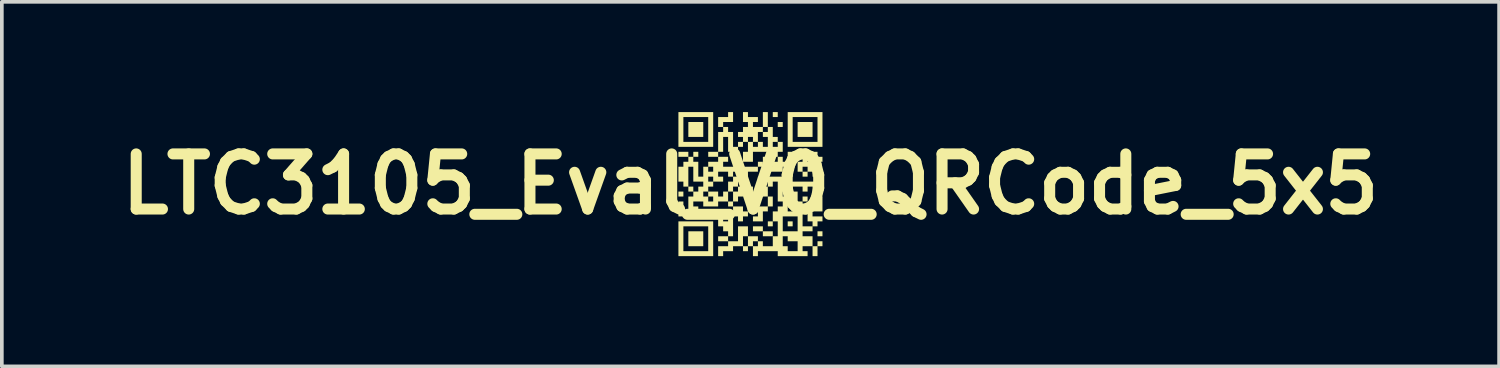
<source format=kicad_pcb>
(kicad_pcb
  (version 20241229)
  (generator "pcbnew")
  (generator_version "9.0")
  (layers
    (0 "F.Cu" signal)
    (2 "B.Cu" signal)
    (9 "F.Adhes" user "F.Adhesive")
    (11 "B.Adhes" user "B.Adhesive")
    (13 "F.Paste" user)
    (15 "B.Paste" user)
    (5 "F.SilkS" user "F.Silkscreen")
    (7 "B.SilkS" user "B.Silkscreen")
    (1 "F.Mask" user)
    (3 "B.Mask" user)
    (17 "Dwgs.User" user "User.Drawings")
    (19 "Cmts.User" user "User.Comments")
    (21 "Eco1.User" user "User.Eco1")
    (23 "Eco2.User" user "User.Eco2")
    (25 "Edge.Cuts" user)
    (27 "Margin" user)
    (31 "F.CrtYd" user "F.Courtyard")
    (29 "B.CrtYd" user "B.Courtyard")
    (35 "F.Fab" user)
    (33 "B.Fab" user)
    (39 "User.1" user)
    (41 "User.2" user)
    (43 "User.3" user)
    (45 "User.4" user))
  (footprint "LTC3105_Eval_V0_QRCode_5x5"
    (layer "F.Cu")
    (at 17.371 1.96)
    (property "Reference" "LTC3105_Eval_V0_QRCode_5x5" (at 0 0 0) (layer "F.SilkS") (effects (font (size 1.5 1.5) (thickness 0.3))))
    (attr board_only exclude_from_pos_files exclude_from_bom)
    (fp_poly (pts (xy -1.825 0.27) (xy -1.825 0.338) (xy -1.892 0.338) (xy -1.96 0.338) (xy -1.96 0.27) (xy -1.96 0.203) (xy -1.892 0.203) (xy -1.825 0.203)) (stroke (width 0) (type solid)) (fill yes) (layer "F.SilkS"))
    (fp_poly (pts (xy -1.825 0.541) (xy -1.825 0.608) (xy -1.892 0.608) (xy -1.96 0.608) (xy -1.96 0.541) (xy -1.96 0.473) (xy -1.892 0.473) (xy -1.825 0.473)) (stroke (width 0) (type solid)) (fill yes) (layer "F.SilkS"))
    (fp_poly (pts (xy -1.825 0.811) (xy -1.825 0.879) (xy -1.892 0.879) (xy -1.96 0.879) (xy -1.96 0.811) (xy -1.96 0.743) (xy -1.892 0.743) (xy -1.825 0.743)) (stroke (width 0) (type solid)) (fill yes) (layer "F.SilkS"))
    (fp_poly (pts (xy -1.284 -1.487) (xy -1.284 -1.284) (xy -1.487 -1.284) (xy -1.69 -1.284) (xy -1.69 -1.487) (xy -1.69 -1.69) (xy -1.487 -1.69) (xy -1.284 -1.69)) (stroke (width 0) (type solid)) (fill yes) (layer "F.SilkS"))
    (fp_poly (pts (xy -1.284 1.487) (xy -1.284 1.69) (xy -1.487 1.69) (xy -1.69 1.69) (xy -1.69 1.487) (xy -1.69 1.284) (xy -1.487 1.284) (xy -1.284 1.284)) (stroke (width 0) (type solid)) (fill yes) (layer "F.SilkS"))
    (fp_poly (pts (xy -1.014 0.811) (xy -1.014 0.879) (xy -1.081 0.879) (xy -1.149 0.879) (xy -1.149 0.811) (xy -1.149 0.743) (xy -1.081 0.743) (xy -1.014 0.743)) (stroke (width 0) (type solid)) (fill yes) (layer "F.SilkS"))
    (fp_poly (pts (xy -0.473 0.541) (xy -0.473 0.608) (xy -0.541 0.608) (xy -0.608 0.608) (xy -0.608 0.541) (xy -0.608 0.473) (xy -0.541 0.473) (xy -0.473 0.473)) (stroke (width 0) (type solid)) (fill yes) (layer "F.SilkS"))
    (fp_poly (pts (xy 0.068 0.406) (xy 0.068 0.473) (xy 0 0.473) (xy -0.068 0.473) (xy -0.068 0.406) (xy -0.068 0.338) (xy 0 0.338) (xy 0.068 0.338)) (stroke (width 0) (type solid)) (fill yes) (layer "F.SilkS"))
    (fp_poly (pts (xy 0.338 1.217) (xy 0.338 1.284) (xy 0.203 1.284) (xy 0.068 1.284) (xy 0.068 1.217) (xy 0.068 1.149) (xy 0.203 1.149) (xy 0.338 1.149)) (stroke (width 0) (type solid)) (fill yes) (layer "F.SilkS"))
    (fp_poly (pts (xy 0.608 1.081) (xy 0.608 1.149) (xy 0.541 1.149) (xy 0.473 1.149) (xy 0.473 1.081) (xy 0.473 1.014) (xy 0.541 1.014) (xy 0.608 1.014)) (stroke (width 0) (type solid)) (fill yes) (layer "F.SilkS"))
    (fp_poly (pts (xy 0.608 1.352) (xy 0.608 1.419) (xy 0.473 1.419) (xy 0.338 1.419) (xy 0.338 1.352) (xy 0.338 1.284) (xy 0.473 1.284) (xy 0.608 1.284)) (stroke (width 0) (type solid)) (fill yes) (layer "F.SilkS"))
    (fp_poly (pts (xy 0.743 -1.892) (xy 0.743 -1.825) (xy 0.676 -1.825) (xy 0.608 -1.825) (xy 0.608 -1.892) (xy 0.608 -1.96) (xy 0.676 -1.96) (xy 0.743 -1.96)) (stroke (width 0) (type solid)) (fill yes) (layer "F.SilkS"))
    (fp_poly (pts (xy 0.879 -1.622) (xy 0.879 -1.555) (xy 0.811 -1.555) (xy 0.743 -1.555) (xy 0.743 -1.622) (xy 0.743 -1.69) (xy 0.811 -1.69) (xy 0.879 -1.69)) (stroke (width 0) (type solid)) (fill yes) (layer "F.SilkS"))
    (fp_poly (pts (xy 1.149 1.081) (xy 1.149 1.149) (xy 1.081 1.149) (xy 1.014 1.149) (xy 1.014 1.081) (xy 1.014 1.014) (xy 1.081 1.014) (xy 1.149 1.014)) (stroke (width 0) (type solid)) (fill yes) (layer "F.SilkS"))
    (fp_poly (pts (xy 1.555 0.406) (xy 1.555 0.473) (xy 1.487 0.473) (xy 1.419 0.473) (xy 1.419 0.406) (xy 1.419 0.338) (xy 1.487 0.338) (xy 1.555 0.338)) (stroke (width 0) (type solid)) (fill yes) (layer "F.SilkS"))
    (fp_poly (pts (xy 1.69 -1.487) (xy 1.69 -1.284) (xy 1.487 -1.284) (xy 1.284 -1.284) (xy 1.284 -1.487) (xy 1.284 -1.69) (xy 1.487 -1.69) (xy 1.69 -1.69)) (stroke (width 0) (type solid)) (fill yes) (layer "F.SilkS"))
    (fp_poly (pts (xy 1.96 1.352) (xy 1.96 1.419) (xy 1.892 1.419) (xy 1.825 1.419) (xy 1.825 1.352) (xy 1.825 1.284) (xy 1.892 1.284) (xy 1.96 1.284)) (stroke (width 0) (type solid)) (fill yes) (layer "F.SilkS"))
    (fp_poly (pts (xy 0.473 0.203) (xy 0.473 0.338) (xy 0.338 0.338) (xy 0.203 0.338) (xy 0.203 0.27) (xy 0.203 0.203) (xy 0.27 0.203) (xy 0.338 0.203) (xy 0.338 0.135) (xy 0.338 0.068) (xy 0.406 0.068) (xy 0.473 0.068)) (stroke (width 0) (type solid)) (fill yes) (layer "F.SilkS"))
    (fp_poly (pts (xy -0.473 -1.825) (xy -0.473 -1.69) (xy -0.608 -1.69) (xy -0.743 -1.69) (xy -0.743 -1.622) (xy -0.743 -1.555) (xy -0.811 -1.555) (xy -0.879 -1.555) (xy -0.879 -1.69) (xy -0.879 -1.825) (xy -0.743 -1.825) (xy -0.608 -1.825) (xy -0.608 -1.892) (xy -0.608 -1.96) (xy -0.541 -1.96) (xy -0.473 -1.96)) (stroke (width 0) (type solid)) (fill yes) (layer "F.SilkS"))
    (fp_poly (pts (xy 0.608 -0.676) (xy 0.608 -0.608) (xy 0.473 -0.608) (xy 0.338 -0.608) (xy 0.338 -0.541) (xy 0.338 -0.473) (xy 0.27 -0.473) (xy 0.203 -0.473) (xy 0.203 -0.541) (xy 0.203 -0.608) (xy 0.27 -0.608) (xy 0.338 -0.608) (xy 0.338 -0.676) (xy 0.338 -0.743) (xy 0.473 -0.743) (xy 0.608 -0.743)) (stroke (width 0) (type solid)) (fill yes) (layer "F.SilkS"))
    (fp_poly (pts (xy -1.014 -1.487) (xy -1.014 -1.014) (xy -1.487 -1.014) (xy -1.96 -1.014) (xy -1.96 -1.487) (xy -1.96 -1.825) (xy -1.825 -1.825) (xy -1.825 -1.487) (xy -1.825 -1.149) (xy -1.487 -1.149) (xy -1.149 -1.149) (xy -1.149 -1.487) (xy -1.149 -1.825) (xy -1.487 -1.825) (xy -1.825 -1.825) (xy -1.96 -1.825) (xy -1.96 -1.96) (xy -1.487 -1.96) (xy -1.014 -1.96)) (stroke (width 0) (type solid)) (fill yes) (layer "F.SilkS"))
    (fp_poly (pts (xy -1.014 1.487) (xy -1.014 1.96) (xy -1.487 1.96) (xy -1.96 1.96) (xy -1.96 1.487) (xy -1.96 1.149) (xy -1.825 1.149) (xy -1.825 1.487) (xy -1.825 1.825) (xy -1.487 1.825) (xy -1.149 1.825) (xy -1.149 1.487) (xy -1.149 1.149) (xy -1.487 1.149) (xy -1.825 1.149) (xy -1.96 1.149) (xy -1.96 1.014) (xy -1.487 1.014) (xy -1.014 1.014)) (stroke (width 0) (type solid)) (fill yes) (layer "F.SilkS"))
    (fp_poly (pts (xy 1.96 -1.487) (xy 1.96 -1.014) (xy 1.487 -1.014) (xy 1.014 -1.014) (xy 1.014 -1.487) (xy 1.014 -1.825) (xy 1.149 -1.825) (xy 1.149 -1.487) (xy 1.149 -1.149) (xy 1.487 -1.149) (xy 1.825 -1.149) (xy 1.825 -1.487) (xy 1.825 -1.825) (xy 1.487 -1.825) (xy 1.149 -1.825) (xy 1.014 -1.825) (xy 1.014 -1.96) (xy 1.487 -1.96) (xy 1.96 -1.96)) (stroke (width 0) (type solid)) (fill yes) (layer "F.SilkS"))
    (fp_poly (pts (xy 0.608 0.473) (xy 0.608 0.608) (xy 0.541 0.608) (xy 0.473 0.608) (xy 0.473 0.676) (xy 0.473 0.743) (xy 0.406 0.743) (xy 0.338 0.743) (xy 0.338 0.879) (xy 0.338 1.014) (xy 0.203 1.014) (xy 0.068 1.014) (xy 0.068 0.946) (xy 0.068 0.879) (xy 0.135 0.879) (xy 0.203 0.879) (xy 0.203 0.743) (xy 0.203 0.608) (xy 0.338 0.608) (xy 0.473 0.608) (xy 0.473 0.473) (xy 0.473 0.338) (xy 0.541 0.338) (xy 0.608 0.338)) (stroke (width 0) (type solid)) (fill yes) (layer "F.SilkS"))
    (fp_poly (pts (xy -0.203 -0.135) (xy -0.203 -0.068) (xy -0.27 -0.068) (xy -0.338 -0.068) (xy -0.338 0) (xy -0.338 0.068) (xy -0.406 0.068) (xy -0.473 0.068) (xy -0.473 0.135) (xy -0.473 0.203) (xy -0.406 0.203) (xy -0.338 0.203) (xy -0.338 0.135) (xy -0.338 0.068) (xy -0.135 0.068) (xy 0.068 0.068) (xy 0.068 0.135) (xy 0.068 0.203) (xy -0.068 0.203) (xy -0.203 0.203) (xy -0.203 0.27) (xy -0.203 0.338) (xy -0.27 0.338) (xy -0.338 0.338) (xy -0.338 0.406) (xy -0.338 0.473) (xy -0.406 0.473) (xy -0.473 0.473) (xy -0.473 0.338) (xy -0.473 0.203) (xy -0.541 0.203) (xy -0.608 0.203) (xy -0.608 0.068) (xy -0.608 -0.068) (xy -0.541 -0.068) (xy -0.473 -0.068) (xy -0.473 -0.135) (xy -0.473 -0.203) (xy -0.338 -0.203) (xy -0.203 -0.203)) (stroke (width 0) (type solid)) (fill yes) (layer "F.SilkS"))
    (fp_poly (pts (xy 0.608 -1.419) (xy 0.608 -1.284) (xy 0.676 -1.284) (xy 0.743 -1.284) (xy 0.743 -1.217) (xy 0.743 -1.149) (xy 0.676 -1.149) (xy 0.608 -1.149) (xy 0.608 -1.081) (xy 0.608 -1.014) (xy 0.676 -1.014) (xy 0.743 -1.014) (xy 0.743 -1.081) (xy 0.743 -1.149) (xy 0.811 -1.149) (xy 0.879 -1.149) (xy 0.879 -1.014) (xy 0.879 -0.879) (xy 0.811 -0.879) (xy 0.743 -0.879) (xy 0.743 -0.811) (xy 0.743 -0.743) (xy 0.676 -0.743) (xy 0.608 -0.743) (xy 0.608 -0.811) (xy 0.608 -0.879) (xy 0.338 -0.879) (xy 0.068 -0.879) (xy 0.068 -0.743) (xy 0.068 -0.608) (xy -0.068 -0.608) (xy -0.203 -0.608) (xy -0.203 -0.743) (xy -0.203 -0.879) (xy -0.135 -0.879) (xy -0.068 -0.879) (xy -0.068 -1.014) (xy -0.068 -1.149) (xy 0 -1.149) (xy 0.068 -1.149) (xy 0.068 -1.081) (xy 0.068 -1.014) (xy 0.135 -1.014) (xy 0.203 -1.014) (xy 0.203 -1.081) (xy 0.203 -1.149) (xy 0.27 -1.149) (xy 0.338 -1.149) (xy 0.338 -1.081) (xy 0.338 -1.014) (xy 0.406 -1.014) (xy 0.473 -1.014) (xy 0.473 -1.149) (xy 0.473 -1.284) (xy 0.406 -1.284) (xy 0.338 -1.284) (xy 0.338 -1.352) (xy 0.338 -1.419) (xy 0.406 -1.419) (xy 0.473 -1.419) (xy 0.473 -1.487) (xy 0.473 -1.555) (xy 0.541 -1.555) (xy 0.608 -1.555)) (stroke (width 0) (type solid)) (fill yes) (layer "F.SilkS"))
    (fp_poly (pts (xy -0.068 -1.892) (xy -0.068 -1.825) (xy 0.068 -1.825) (xy 0.203 -1.825) (xy 0.203 -1.757) (xy 0.203 -1.69) (xy 0.135 -1.69) (xy 0.068 -1.69) (xy 0.068 -1.622) (xy 0.068 -1.555) (xy 0.203 -1.555) (xy 0.338 -1.555) (xy 0.338 -1.757) (xy 0.338 -1.96) (xy 0.406 -1.96) (xy 0.473 -1.96) (xy 0.473 -1.757) (xy 0.473 -1.555) (xy 0.406 -1.555) (xy 0.338 -1.555) (xy 0.338 -1.487) (xy 0.338 -1.419) (xy 0.27 -1.419) (xy 0.203 -1.419) (xy 0.203 -1.284) (xy 0.203 -1.149) (xy 0.135 -1.149) (xy 0.068 -1.149) (xy 0.068 -1.217) (xy 0.068 -1.284) (xy 0 -1.284) (xy -0.068 -1.284) (xy -0.068 -1.217) (xy -0.068 -1.149) (xy -0.135 -1.149) (xy -0.203 -1.149) (xy -0.203 -1.081) (xy -0.203 -1.014) (xy -0.27 -1.014) (xy -0.338 -1.014) (xy -0.338 -0.879) (xy -0.338 -0.743) (xy -0.406 -0.743) (xy -0.473 -0.743) (xy -0.473 -0.811) (xy -0.473 -0.879) (xy -0.541 -0.879) (xy -0.608 -0.879) (xy -0.608 -1.081) (xy -0.608 -1.284) (xy -0.676 -1.284) (xy -0.743 -1.284) (xy -0.743 -1.081) (xy -0.743 -0.879) (xy -0.811 -0.879) (xy -0.879 -0.879) (xy -0.879 -0.811) (xy -0.879 -0.743) (xy -1.014 -0.743) (xy -1.149 -0.743) (xy -1.149 -0.811) (xy -1.149 -0.879) (xy -1.014 -0.879) (xy -0.879 -0.879) (xy -0.879 -1.149) (xy -0.879 -1.419) (xy -0.811 -1.419) (xy -0.743 -1.419) (xy -0.743 -1.487) (xy -0.743 -1.555) (xy -0.676 -1.555) (xy -0.608 -1.555) (xy -0.608 -1.487) (xy -0.608 -1.419) (xy -0.541 -1.419) (xy -0.473 -1.419) (xy -0.473 -1.217) (xy -0.473 -1.014) (xy -0.406 -1.014) (xy -0.338 -1.014) (xy -0.338 -1.081) (xy -0.338 -1.149) (xy -0.27 -1.149) (xy -0.203 -1.149) (xy -0.203 -1.217) (xy -0.203 -1.284) (xy -0.27 -1.284) (xy -0.338 -1.284) (xy -0.338 -1.352) (xy -0.338 -1.419) (xy -0.27 -1.419) (xy -0.203 -1.419) (xy -0.203 -1.487) (xy -0.203 -1.555) (xy -0.135 -1.555) (xy -0.068 -1.555) (xy -0.068 -1.622) (xy -0.068 -1.69) (xy -0.135 -1.69) (xy -0.203 -1.69) (xy -0.203 -1.825) (xy -0.203 -1.96) (xy -0.135 -1.96) (xy -0.068 -1.96)) (stroke (width 0) (type solid)) (fill yes) (layer "F.SilkS"))
    (fp_poly (pts (xy -1.69 -0.811) (xy -1.69 -0.743) (xy -1.622 -0.743) (xy -1.555 -0.743) (xy -1.555 -0.811) (xy -1.555 -0.879) (xy -1.487 -0.879) (xy -1.419 -0.879) (xy -1.419 -0.811) (xy -1.419 -0.743) (xy -1.487 -0.743) (xy -1.555 -0.743) (xy -1.555 -0.676) (xy -1.555 -0.608) (xy -1.487 -0.608) (xy -1.419 -0.608) (xy -1.419 -0.406) (xy -1.419 -0.203) (xy -1.352 -0.203) (xy -1.284 -0.203) (xy -1.284 -0.338) (xy -1.284 -0.473) (xy -1.217 -0.473) (xy -1.149 -0.473) (xy -1.149 -0.406) (xy -1.149 -0.338) (xy -1.081 -0.338) (xy -1.014 -0.338) (xy -1.014 -0.406) (xy -1.014 -0.473) (xy -1.081 -0.473) (xy -1.149 -0.473) (xy -1.149 -0.541) (xy -1.149 -0.608) (xy -1.014 -0.608) (xy -0.879 -0.608) (xy -0.879 -0.676) (xy -0.879 -0.743) (xy -0.743 -0.743) (xy -0.608 -0.743) (xy -0.608 -0.676) (xy -0.608 -0.608) (xy -0.676 -0.608) (xy -0.743 -0.608) (xy -0.743 -0.541) (xy -0.743 -0.473) (xy -0.541 -0.473) (xy -0.338 -0.473) (xy -0.338 -0.541) (xy -0.338 -0.608) (xy -0.27 -0.608) (xy -0.203 -0.608) (xy -0.203 -0.541) (xy -0.203 -0.473) (xy 0 -0.473) (xy 0.203 -0.473) (xy 0.203 -0.406) (xy 0.203 -0.338) (xy 0.068 -0.338) (xy -0.068 -0.338) (xy -0.068 -0.27) (xy -0.068 -0.203) (xy -0.135 -0.203) (xy -0.203 -0.203) (xy -0.203 -0.27) (xy -0.203 -0.338) (xy -0.338 -0.338) (xy -0.473 -0.338) (xy -0.473 -0.27) (xy -0.473 -0.203) (xy -0.541 -0.203) (xy -0.608 -0.203) (xy -0.608 -0.27) (xy -0.608 -0.338) (xy -0.743 -0.338) (xy -0.879 -0.338) (xy -0.879 -0.27) (xy -0.879 -0.203) (xy -0.811 -0.203) (xy -0.743 -0.203) (xy -0.743 -0.135) (xy -0.743 -0.068) (xy -0.879 -0.068) (xy -1.014 -0.068) (xy -1.014 -0.135) (xy -1.014 -0.203) (xy -1.081 -0.203) (xy -1.149 -0.203) (xy -1.149 -0.135) (xy -1.149 -0.068) (xy -1.081 -0.068) (xy -1.014 -0.068) (xy -1.014 0) (xy -1.014 0.068) (xy -1.081 0.068) (xy -1.149 0.068) (xy -1.149 0.135) (xy -1.149 0.203) (xy -1.217 0.203) (xy -1.284 0.203) (xy -1.284 0.27) (xy -1.284 0.338) (xy -1.217 0.338) (xy -1.149 0.338) (xy -1.149 0.406) (xy -1.149 0.473) (xy -1.081 0.473) (xy -1.014 0.473) (xy -1.014 0.406) (xy -1.014 0.338) (xy -1.081 0.338) (xy -1.149 0.338) (xy -1.149 0.27) (xy -1.149 0.203) (xy -1.014 0.203) (xy -0.879 0.203) (xy -0.879 0.27) (xy -0.879 0.338) (xy -0.811 0.338) (xy -0.743 0.338) (xy -0.743 0.27) (xy -0.743 0.203) (xy -0.676 0.203) (xy -0.608 0.203) (xy -0.608 0.338) (xy -0.608 0.473) (xy -0.743 0.473) (xy -0.879 0.473) (xy -0.879 0.541) (xy -0.879 0.608) (xy -1.081 0.608) (xy -1.284 0.608) (xy -1.284 0.541) (xy -1.284 0.473) (xy -1.419 0.473) (xy -1.555 0.473) (xy -1.555 0.541) (xy -1.555 0.608) (xy -1.487 0.608) (xy -1.419 0.608) (xy -1.419 0.743) (xy -1.419 0.879) (xy -1.487 0.879) (xy -1.555 0.879) (xy -1.555 0.811) (xy -1.555 0.743) (xy -1.622 0.743) (xy -1.69 0.743) (xy -1.69 0.541) (xy -1.69 0.338) (xy -1.622 0.338) (xy -1.555 0.338) (xy -1.555 0.27) (xy -1.555 0.203) (xy -1.622 0.203) (xy -1.69 0.203) (xy -1.69 0.135) (xy -1.69 0.068) (xy -1.622 0.068) (xy -1.555 0.068) (xy -1.555 0.135) (xy -1.555 0.203) (xy -1.487 0.203) (xy -1.419 0.203) (xy -1.419 0.135) (xy -1.419 0.068) (xy -1.352 0.068) (xy -1.284 0.068) (xy -1.284 0) (xy -1.284 -0.068) (xy -1.419 -0.068) (xy -1.555 -0.068) (xy -1.555 -0.27) (xy -1.555 -0.473) (xy -1.622 -0.473) (xy -1.69 -0.473) (xy -1.69 -0.203) (xy -1.69 0.068) (xy -1.757 0.068) (xy -1.825 0.068) (xy -1.825 0) (xy -1.825 -0.068) (xy -1.892 -0.068) (xy -1.96 -0.068) (xy -1.96 -0.27) (xy -1.96 -0.473) (xy -1.892 -0.473) (xy -1.825 -0.473) (xy -1.825 -0.541) (xy -1.825 -0.608) (xy -1.757 -0.608) (xy -1.69 -0.608) (xy -1.69 -0.676) (xy -1.69 -0.743) (xy -1.825 -0.743) (xy -1.96 -0.743) (xy -1.96 -0.811) (xy -1.96 -0.879) (xy -1.825 -0.879) (xy -1.69 -0.879)) (stroke (width 0) (type solid)) (fill yes) (layer "F.SilkS"))
    (fp_poly (pts (xy 1.419 -0.811) (xy 1.419 -0.743) (xy 1.487 -0.743) (xy 1.555 -0.743) (xy 1.555 -0.811) (xy 1.555 -0.879) (xy 1.69 -0.879) (xy 1.825 -0.879) (xy 1.825 -0.811) (xy 1.825 -0.743) (xy 1.69 -0.743) (xy 1.555 -0.743) (xy 1.555 -0.676) (xy 1.555 -0.608) (xy 1.69 -0.608) (xy 1.825 -0.608) (xy 1.825 -0.676) (xy 1.825 -0.743) (xy 1.892 -0.743) (xy 1.96 -0.743) (xy 1.96 -0.676) (xy 1.96 -0.608) (xy 1.892 -0.608) (xy 1.825 -0.608) (xy 1.825 -0.473) (xy 1.825 -0.338) (xy 1.892 -0.338) (xy 1.96 -0.338) (xy 1.96 -0.27) (xy 1.96 -0.203) (xy 1.825 -0.203) (xy 1.69 -0.203) (xy 1.69 -0.27) (xy 1.69 -0.338) (xy 1.622 -0.338) (xy 1.555 -0.338) (xy 1.555 -0.27) (xy 1.555 -0.203) (xy 1.487 -0.203) (xy 1.419 -0.203) (xy 1.419 -0.27) (xy 1.419 -0.338) (xy 1.352 -0.338) (xy 1.284 -0.338) (xy 1.284 -0.473) (xy 1.419 -0.473) (xy 1.419 -0.406) (xy 1.419 -0.338) (xy 1.487 -0.338) (xy 1.555 -0.338) (xy 1.555 -0.406) (xy 1.555 -0.473) (xy 1.487 -0.473) (xy 1.419 -0.473) (xy 1.284 -0.473) (xy 1.284 -0.608) (xy 1.352 -0.608) (xy 1.419 -0.608) (xy 1.419 -0.676) (xy 1.419 -0.743) (xy 1.284 -0.743) (xy 1.149 -0.743) (xy 1.149 -0.676) (xy 1.149 -0.608) (xy 1.081 -0.608) (xy 1.014 -0.608) (xy 1.014 -0.541) (xy 1.014 -0.473) (xy 0.946 -0.473) (xy 0.879 -0.473) (xy 0.879 -0.406) (xy 0.879 -0.338) (xy 0.676 -0.338) (xy 0.473 -0.338) (xy 0.473 -0.27) (xy 0.473 -0.203) (xy 0.676 -0.203) (xy 0.879 -0.203) (xy 0.879 -0.27) (xy 0.879 -0.338) (xy 1.014 -0.338) (xy 1.149 -0.338) (xy 1.149 -0.27) (xy 1.149 -0.203) (xy 1.081 -0.203) (xy 1.014 -0.203) (xy 1.014 -0.135) (xy 1.014 -0.068) (xy 0.946 -0.068) (xy 0.879 -0.068) (xy 0.879 0) (xy 0.879 0.068) (xy 0.946 0.068) (xy 1.014 0.068) (xy 1.014 0) (xy 1.014 -0.068) (xy 1.487 -0.068) (xy 1.96 -0.068) (xy 1.96 0) (xy 1.96 0.068) (xy 1.892 0.068) (xy 1.825 0.068) (xy 1.825 0.203) (xy 1.825 0.338) (xy 1.757 0.338) (xy 1.69 0.338) (xy 1.69 0.203) (xy 1.69 0.068) (xy 1.622 0.068) (xy 1.555 0.068) (xy 1.555 0.135) (xy 1.555 0.203) (xy 1.487 0.203) (xy 1.419 0.203) (xy 1.419 0.135) (xy 1.419 0.068) (xy 1.284 0.068) (xy 1.149 0.068) (xy 1.149 0.135) (xy 1.149 0.203) (xy 1.014 0.203) (xy 0.879 0.203) (xy 0.879 0.27) (xy 0.879 0.338) (xy 1.014 0.338) (xy 1.149 0.338) (xy 1.149 0.27) (xy 1.149 0.203) (xy 1.217 0.203) (xy 1.284 0.203) (xy 1.284 0.338) (xy 1.284 0.473) (xy 1.352 0.473) (xy 1.419 0.473) (xy 1.419 0.811) (xy 1.419 1.149) (xy 1.555 1.149) (xy 1.69 1.149) (xy 1.69 1.081) (xy 1.69 1.014) (xy 1.622 1.014) (xy 1.555 1.014) (xy 1.555 0.879) (xy 1.555 0.743) (xy 1.622 0.743) (xy 1.69 0.743) (xy 1.69 0.608) (xy 1.69 0.473) (xy 1.757 0.473) (xy 1.825 0.473) (xy 1.825 0.406) (xy 1.825 0.338) (xy 1.892 0.338) (xy 1.96 0.338) (xy 1.96 0.541) (xy 1.96 0.743) (xy 1.825 0.743) (xy 1.69 0.743) (xy 1.69 0.811) (xy 1.69 0.879) (xy 1.825 0.879) (xy 1.96 0.879) (xy 1.96 0.946) (xy 1.96 1.014) (xy 1.892 1.014) (xy 1.825 1.014) (xy 1.825 1.081) (xy 1.825 1.149) (xy 1.757 1.149) (xy 1.69 1.149) (xy 1.69 1.217) (xy 1.69 1.284) (xy 1.555 1.284) (xy 1.419 1.284) (xy 1.419 1.352) (xy 1.419 1.419) (xy 1.555 1.419) (xy 1.69 1.419) (xy 1.69 1.555) (xy 1.69 1.69) (xy 1.757 1.69) (xy 1.825 1.69) (xy 1.825 1.622) (xy 1.825 1.555) (xy 1.892 1.555) (xy 1.96 1.555) (xy 1.96 1.622) (xy 1.96 1.69) (xy 1.892 1.69) (xy 1.825 1.69) (xy 1.825 1.825) (xy 1.825 1.96) (xy 1.757 1.96) (xy 1.69 1.96) (xy 1.69 1.825) (xy 1.69 1.69) (xy 1.555 1.69) (xy 1.419 1.69) (xy 1.419 1.757) (xy 1.419 1.825) (xy 1.487 1.825) (xy 1.555 1.825) (xy 1.555 1.892) (xy 1.555 1.96) (xy 1.149 1.96) (xy 0.743 1.96) (xy 0.743 1.892) (xy 0.743 1.825) (xy 0.473 1.825) (xy 0.203 1.825) (xy 0.203 1.892) (xy 0.203 1.96) (xy 0.135 1.96) (xy 0.068 1.96) (xy 0.068 1.825) (xy 0.068 1.69) (xy 0 1.69) (xy -0.068 1.69) (xy -0.068 1.757) (xy -0.068 1.825) (xy -0.135 1.825) (xy -0.203 1.825) (xy -0.203 1.757) (xy -0.203 1.69) (xy -0.338 1.69) (xy -0.473 1.69) (xy -0.473 1.757) (xy -0.473 1.825) (xy -0.608 1.825) (xy -0.743 1.825) (xy -0.743 1.892) (xy -0.743 1.96) (xy -0.811 1.96) (xy -0.879 1.96) (xy -0.879 1.825) (xy -0.879 1.69) (xy -0.743 1.69) (xy -0.608 1.69) (xy -0.608 1.622) (xy -0.608 1.555) (xy -0.743 1.555) (xy -0.879 1.555) (xy -0.879 1.487) (xy -0.879 1.419) (xy -0.743 1.419) (xy -0.608 1.419) (xy -0.608 1.352) (xy -0.608 1.284) (xy -0.676 1.284) (xy -0.743 1.284) (xy -0.743 1.217) (xy -0.743 1.149) (xy -0.811 1.149) (xy -0.879 1.149) (xy -0.879 1.014) (xy -0.879 0.879) (xy -0.811 0.879) (xy -0.743 0.879) (xy -0.743 0.946) (xy -0.743 1.014) (xy -0.676 1.014) (xy -0.608 1.014) (xy -0.608 0.946) (xy -0.608 0.879) (xy -0.676 0.879) (xy -0.743 0.879) (xy -0.743 0.811) (xy -0.743 0.743) (xy -0.676 0.743) (xy -0.608 0.743) (xy -0.608 0.811) (xy -0.608 0.879) (xy -0.541 0.879) (xy -0.473 0.879) (xy -0.473 0.743) (xy -0.473 0.608) (xy -0.338 0.608) (xy -0.203 0.608) (xy -0.203 0.676) (xy -0.203 0.743) (xy -0.135 0.743) (xy -0.068 0.743) (xy -0.068 0.811) (xy -0.068 0.879) (xy -0.135 0.879) (xy -0.203 0.879) (xy -0.203 0.946) (xy -0.203 1.014) (xy -0.27 1.014) (xy -0.338 1.014) (xy -0.338 0.946) (xy -0.338 0.879) (xy -0.406 0.879) (xy -0.473 0.879) (xy -0.473 1.149) (xy -0.473 1.419) (xy -0.541 1.419) (xy -0.608 1.419) (xy -0.608 1.487) (xy -0.608 1.555) (xy -0.473 1.555) (xy -0.338 1.555) (xy -0.338 1.352) (xy -0.338 1.149) (xy -0.203 1.149) (xy -0.068 1.149) (xy -0.068 1.284) (xy -0.068 1.419) (xy -0.135 1.419) (xy -0.203 1.419) (xy -0.203 1.555) (xy -0.203 1.69) (xy -0.135 1.69) (xy -0.068 1.69) (xy -0.068 1.555) (xy -0.068 1.419) (xy 0.068 1.419) (xy 0.203 1.419) (xy 0.203 1.487) (xy 0.203 1.555) (xy 0.135 1.555) (xy 0.068 1.555) (xy 0.068 1.622) (xy 0.068 1.69) (xy 0.135 1.69) (xy 0.203 1.69) (xy 0.203 1.622) (xy 0.203 1.555) (xy 0.27 1.555) (xy 0.338 1.555) (xy 0.338 1.622) (xy 0.338 1.69) (xy 0.473 1.69) (xy 0.608 1.69) (xy 0.608 1.555) (xy 0.608 1.419) (xy 0.676 1.419) (xy 0.743 1.419) (xy 0.879 1.419) (xy 0.879 1.555) (xy 0.879 1.69) (xy 0.946 1.69) (xy 1.014 1.69) (xy 1.014 1.757) (xy 1.014 1.825) (xy 1.149 1.825) (xy 1.284 1.825) (xy 1.284 1.69) (xy 1.284 1.555) (xy 1.149 1.555) (xy 1.014 1.555) (xy 1.014 1.487) (xy 1.014 1.419) (xy 0.946 1.419) (xy 0.879 1.419) (xy 0.743 1.419) (xy 0.743 1.217) (xy 0.743 1.014) (xy 0.676 1.014) (xy 0.608 1.014) (xy 0.608 0.879) (xy 0.879 0.879) (xy 0.879 1.081) (xy 0.879 1.284) (xy 1.081 1.284) (xy 1.284 1.284) (xy 1.284 1.081) (xy 1.284 0.879) (xy 1.081 0.879) (xy 0.879 0.879) (xy 0.608 0.879) (xy 0.608 0.743) (xy 0.676 0.743) (xy 0.743 0.743) (xy 0.743 0.676) (xy 0.743 0.608) (xy 0.811 0.608) (xy 0.879 0.608) (xy 0.879 0.541) (xy 0.879 0.473) (xy 1.014 0.473) (xy 1.014 0.608) (xy 1.014 0.743) (xy 1.081 0.743) (xy 1.149 0.743) (xy 1.149 0.608) (xy 1.149 0.473) (xy 1.081 0.473) (xy 1.014 0.473) (xy 0.879 0.473) (xy 0.811 0.473) (xy 0.743 0.473) (xy 0.743 0.203) (xy 0.743 -0.068) (xy 0.676 -0.068) (xy 0.608 -0.068) (xy 0.608 0) (xy 0.608 0.068) (xy 0.541 0.068) (xy 0.473 0.068) (xy 0.473 0) (xy 0.473 -0.068) (xy 0.338 -0.068) (xy 0.203 -0.068) (xy 0.203 -0.135) (xy 0.203 -0.203) (xy 0.27 -0.203) (xy 0.338 -0.203) (xy 0.338 -0.27) (xy 0.338 -0.338) (xy 0.406 -0.338) (xy 0.473 -0.338) (xy 0.473 -0.406) (xy 0.473 -0.473) (xy 0.541 -0.473) (xy 0.608 -0.473) (xy 0.608 -0.541) (xy 0.608 -0.608) (xy 0.676 -0.608) (xy 0.743 -0.608) (xy 0.743 -0.676) (xy 0.743 -0.743) (xy 0.811 -0.743) (xy 0.879 -0.743) (xy 0.879 -0.676) (xy 0.879 -0.608) (xy 0.946 -0.608) (xy 1.014 -0.608) (xy 1.014 -0.743) (xy 1.014 -0.879) (xy 1.217 -0.879) (xy 1.419 -0.879)) (stroke (width 0) (type solid)) (fill yes) (layer "F.SilkS")))
  (gr_rect
    (start -3 -3)
    (end 37.743 6.92)
    (stroke (width 0.1) (type default))
    (fill no)
    (layer "Edge.Cuts")))
</source>
